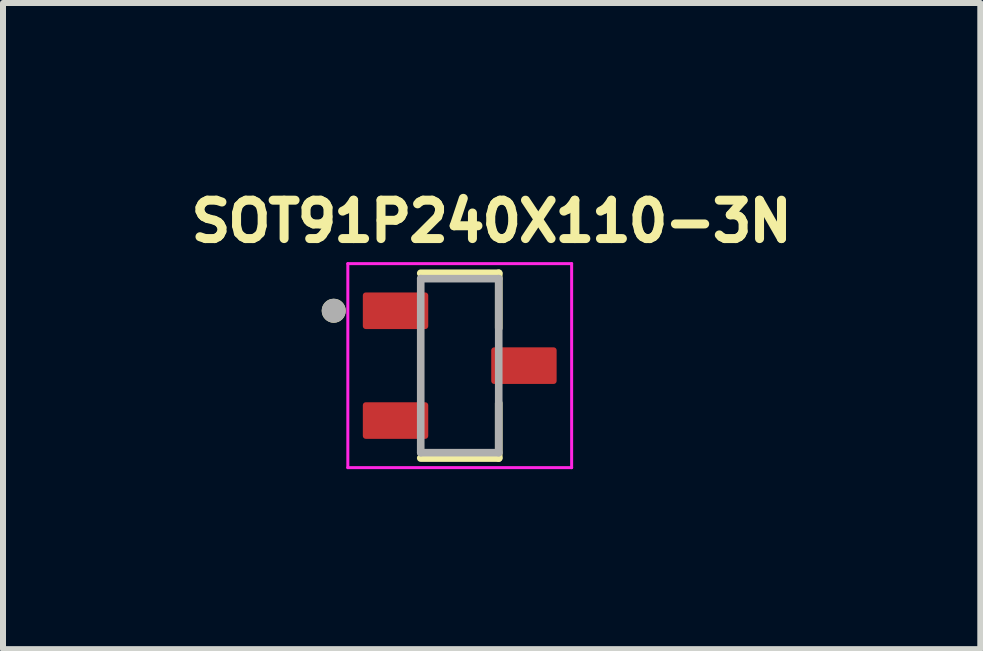
<source format=kicad_pcb>
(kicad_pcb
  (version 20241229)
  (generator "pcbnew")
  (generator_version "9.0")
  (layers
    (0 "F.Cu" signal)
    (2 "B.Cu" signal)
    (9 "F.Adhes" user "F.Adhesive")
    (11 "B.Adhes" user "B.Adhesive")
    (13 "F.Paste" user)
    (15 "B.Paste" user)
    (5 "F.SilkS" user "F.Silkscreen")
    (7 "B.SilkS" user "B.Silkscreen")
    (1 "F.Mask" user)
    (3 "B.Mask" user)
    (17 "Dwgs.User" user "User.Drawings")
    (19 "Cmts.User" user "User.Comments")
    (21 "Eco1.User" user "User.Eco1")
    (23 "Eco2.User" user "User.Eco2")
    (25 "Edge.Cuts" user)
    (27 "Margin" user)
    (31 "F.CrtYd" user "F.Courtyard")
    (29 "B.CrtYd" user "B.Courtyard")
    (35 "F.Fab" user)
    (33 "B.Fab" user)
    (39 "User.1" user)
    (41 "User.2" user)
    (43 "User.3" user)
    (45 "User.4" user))
  (footprint "SOT91P240X110-3N"
    (layer "F.Cu")
    (at 4.612 3.044)
    (property "Reference" "SOT91P240X110-3N" (at 0.532 -2.406 0) (layer "F.SilkS") (effects (font (size 0.64 0.64) (thickness 0.15))))
    (attr through_hole)
    (fp_line (start -0.65 -1.54) (end 0.65 -1.54) (stroke (width 0.127) (type solid)) (layer "F.SilkS"))
    (fp_line (start -0.65 1.54) (end 0.65 1.54) (stroke (width 0.127) (type solid)) (layer "F.SilkS"))
    (fp_line (start 0.65 -1.54) (end 0.65 -0.625) (stroke (width 0.127) (type solid)) (layer "F.SilkS"))
    (fp_line (start 0.65 1.54) (end 0.65 0.625) (stroke (width 0.127) (type solid)) (layer "F.SilkS"))
    (fp_circle (center -2.1 -0.915) (end -2 -0.915) (stroke (width 0.2) (type solid)) (fill no) (layer "F.SilkS"))
    (fp_line (start -1.865 -1.7) (end 1.865 -1.7) (stroke (width 0.05) (type solid)) (layer "F.CrtYd"))
    (fp_line (start -1.865 1.7) (end -1.865 -1.7) (stroke (width 0.05) (type solid)) (layer "F.CrtYd"))
    (fp_line (start 1.865 1.7) (end -1.865 1.7) (stroke (width 0.05) (type solid)) (layer "F.CrtYd"))
    (fp_line (start 1.865 1.7) (end 1.865 -1.7) (stroke (width 0.05) (type solid)) (layer "F.CrtYd"))
    (fp_line (start -0.65 -1.45) (end 0.65 -1.45) (stroke (width 0.127) (type solid)) (layer "F.Fab"))
    (fp_line (start -0.65 1.45) (end -0.65 -1.45) (stroke (width 0.127) (type solid)) (layer "F.Fab"))
    (fp_line (start 0.65 -1.45) (end 0.65 1.45) (stroke (width 0.127) (type solid)) (layer "F.Fab"))
    (fp_line (start 0.65 1.45) (end -0.65 1.45) (stroke (width 0.127) (type solid)) (layer "F.Fab"))
    (fp_circle (center -2.1 -0.915) (end -2 -0.915) (stroke (width 0.2) (type solid)) (fill no) (layer "F.Fab"))
    (pad "1" smd roundrect (at -1.07 -0.915) (size 1.09 0.61) (layers "F.Cu" "F.Mask" "F.Paste") (roundrect_rratio 0.08))
    (pad "2" smd roundrect (at -1.07 0.915) (size 1.09 0.61) (layers "F.Cu" "F.Mask" "F.Paste") (roundrect_rratio 0.08))
    (pad "3" smd roundrect (at 1.07 0) (size 1.09 0.61) (layers "F.Cu" "F.Mask" "F.Paste") (roundrect_rratio 0.08)))
  (gr_rect
    (start -3 -3)
    (end 13.288 7.769)
    (stroke (width 0.1) (type default))
    (fill no)
    (layer "Edge.Cuts")))
</source>
